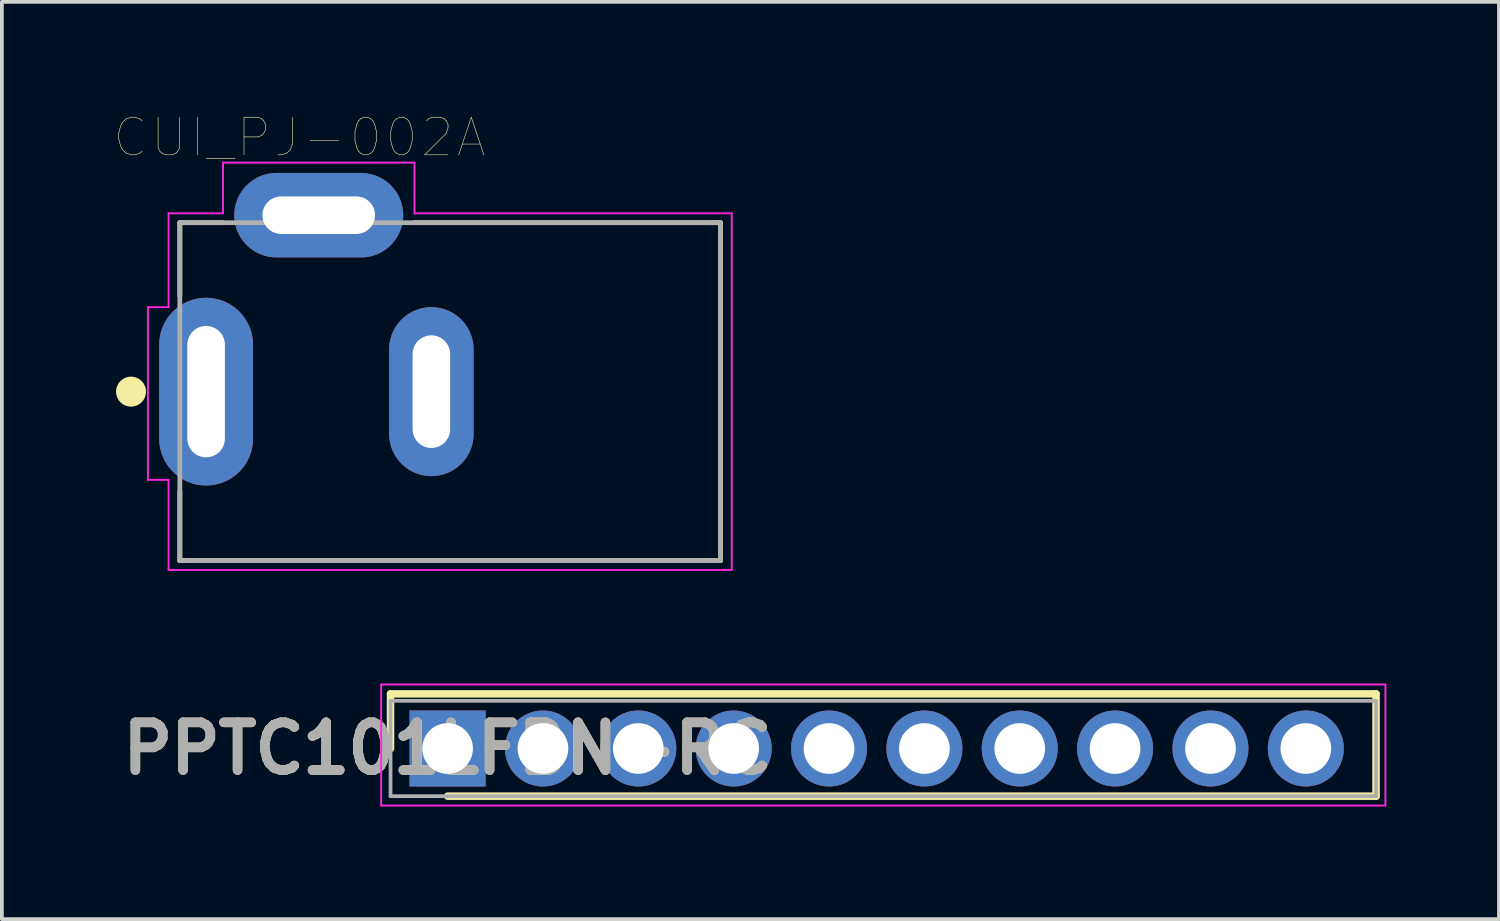
<source format=kicad_pcb>
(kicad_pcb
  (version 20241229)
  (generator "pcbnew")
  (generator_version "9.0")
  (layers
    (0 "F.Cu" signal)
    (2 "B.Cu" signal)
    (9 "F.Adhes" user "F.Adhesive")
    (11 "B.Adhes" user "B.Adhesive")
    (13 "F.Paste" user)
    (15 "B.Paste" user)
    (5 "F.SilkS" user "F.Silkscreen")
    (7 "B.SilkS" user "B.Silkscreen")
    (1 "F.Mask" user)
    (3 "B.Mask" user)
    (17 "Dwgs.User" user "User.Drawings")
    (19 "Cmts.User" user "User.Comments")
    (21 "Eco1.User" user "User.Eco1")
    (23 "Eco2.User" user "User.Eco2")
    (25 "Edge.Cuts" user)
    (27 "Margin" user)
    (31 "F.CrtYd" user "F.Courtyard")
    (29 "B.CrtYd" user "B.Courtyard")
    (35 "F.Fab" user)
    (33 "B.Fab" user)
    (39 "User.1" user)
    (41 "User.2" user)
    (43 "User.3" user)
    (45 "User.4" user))
  (footprint "PPTC101LFBN-RC"
    (layer "F.Cu")
    (at 8.872 16.887)
    (property "Reference" "PPTC101LFBN-RC" (at 0 0 0) (layer "F.SilkS") (effects (font (size 1.27 1.27) (thickness 0.254))))
    (attr through_hole)
    (fp_line (start -1.52 -1.455) (end -1.52 0) (stroke (width 0.2) (type solid)) (layer "F.SilkS"))
    (fp_line (start 0 1.27) (end 24.73 1.27) (stroke (width 0.2) (type solid)) (layer "F.SilkS"))
    (fp_line (start 24.73 -1.455) (end -1.52 -1.455) (stroke (width 0.2) (type solid)) (layer "F.SilkS"))
    (fp_line (start 24.73 1.27) (end 24.73 -1.455) (stroke (width 0.2) (type solid)) (layer "F.SilkS"))
    (fp_line (start -1.77 -1.705) (end 24.98 -1.705) (stroke (width 0.05) (type solid)) (layer "F.CrtYd"))
    (fp_line (start -1.77 1.52) (end -1.77 -1.705) (stroke (width 0.05) (type solid)) (layer "F.CrtYd"))
    (fp_line (start 24.98 -1.705) (end 24.98 1.52) (stroke (width 0.05) (type solid)) (layer "F.CrtYd"))
    (fp_line (start 24.98 1.52) (end -1.77 1.52) (stroke (width 0.05) (type solid)) (layer "F.CrtYd"))
    (fp_line (start -1.52 -1.27) (end 24.73 -1.27) (stroke (width 0.1) (type solid)) (layer "F.Fab"))
    (fp_line (start -1.52 1.27) (end -1.52 -1.27) (stroke (width 0.1) (type solid)) (layer "F.Fab"))
    (fp_line (start 24.73 -1.27) (end 24.73 1.27) (stroke (width 0.1) (type solid)) (layer "F.Fab"))
    (fp_line (start 24.73 1.27) (end -1.52 1.27) (stroke (width 0.1) (type solid)) (layer "F.Fab"))
    (fp_text user "${REFERENCE}" (at 0 0 0) (layer "F.Fab") (effects (font (size 1.27 1.27) (thickness 0.254))))
    (pad "1" thru_hole rect (at 0 0) (size 2.025 2.025) (drill 1.35) (layers "*.Cu" "*.Mask"))
    (pad "2" thru_hole circle (at 2.54 0) (size 2.025 2.025) (drill 1.35) (layers "*.Cu" "*.Mask"))
    (pad "3" thru_hole circle (at 5.08 0) (size 2.025 2.025) (drill 1.35) (layers "*.Cu" "*.Mask"))
    (pad "4" thru_hole circle (at 7.62 0) (size 2.025 2.025) (drill 1.35) (layers "*.Cu" "*.Mask"))
    (pad "5" thru_hole circle (at 10.16 0) (size 2.025 2.025) (drill 1.35) (layers "*.Cu" "*.Mask"))
    (pad "6" thru_hole circle (at 12.7 0) (size 2.025 2.025) (drill 1.35) (layers "*.Cu" "*.Mask"))
    (pad "7" thru_hole circle (at 15.24 0) (size 2.025 2.025) (drill 1.35) (layers "*.Cu" "*.Mask"))
    (pad "8" thru_hole circle (at 17.78 0) (size 2.025 2.025) (drill 1.35) (layers "*.Cu" "*.Mask"))
    (pad "9" thru_hole circle (at 20.32 0) (size 2.025 2.025) (drill 1.35) (layers "*.Cu" "*.Mask"))
    (pad "10" thru_hole circle (at 22.86 0) (size 2.025 2.025) (drill 1.35) (layers "*.Cu" "*.Mask")))
  (footprint "CUI_PJ-002A"
    (layer "F.Cu")
    (at 2.44 7.382)
    (property "Reference" "CUI_PJ-002A" (at 2.487 -6.771 0) (layer "F.SilkS") (effects (font (size 1.001 1.001) (thickness 0.015))))
    (attr through_hole)
    (fp_line (start -0.7 -4.5) (end 0.45 -4.5) (stroke (width 0.127) (type solid)) (layer "F.SilkS"))
    (fp_line (start -0.7 -2.55) (end -0.7 -4.5) (stroke (width 0.127) (type solid)) (layer "F.SilkS"))
    (fp_line (start -0.7 4.5) (end -0.7 2.65) (stroke (width 0.127) (type solid)) (layer "F.SilkS"))
    (fp_line (start 5.55 -4.5) (end 13.7 -4.5) (stroke (width 0.127) (type solid)) (layer "F.SilkS"))
    (fp_line (start 13.7 -4.5) (end 13.7 4.5) (stroke (width 0.127) (type solid)) (layer "F.SilkS"))
    (fp_line (start 13.7 4.5) (end -0.7 4.5) (stroke (width 0.127) (type solid)) (layer "F.SilkS"))
    (fp_circle (center -2 0) (end -1.8 0) (stroke (width 0.4) (type solid)) (fill no) (layer "F.SilkS"))
    (fp_line (start -1.55 -2.25) (end -1.55 2.35) (stroke (width 0.05) (type solid)) (layer "F.CrtYd"))
    (fp_line (start -1.55 2.35) (end -1 2.35) (stroke (width 0.05) (type solid)) (layer "F.CrtYd"))
    (fp_line (start -1 -4.75) (end 0.45 -4.75) (stroke (width 0.05) (type solid)) (layer "F.CrtYd"))
    (fp_line (start -1 -2.25) (end -1.55 -2.25) (stroke (width 0.05) (type solid)) (layer "F.CrtYd"))
    (fp_line (start -1 -2.25) (end -1 -4.75) (stroke (width 0.05) (type solid)) (layer "F.CrtYd"))
    (fp_line (start -1 4.75) (end -1 2.35) (stroke (width 0.05) (type solid)) (layer "F.CrtYd"))
    (fp_line (start 0.45 -6.1) (end 5.55 -6.1) (stroke (width 0.05) (type solid)) (layer "F.CrtYd"))
    (fp_line (start 0.45 -4.75) (end 0.45 -6.1) (stroke (width 0.05) (type solid)) (layer "F.CrtYd"))
    (fp_line (start 5.55 -6.1) (end 5.55 -4.75) (stroke (width 0.05) (type solid)) (layer "F.CrtYd"))
    (fp_line (start 5.55 -4.75) (end 14 -4.75) (stroke (width 0.05) (type solid)) (layer "F.CrtYd"))
    (fp_line (start 14 -4.75) (end 14 4.75) (stroke (width 0.05) (type solid)) (layer "F.CrtYd"))
    (fp_line (start 14 4.75) (end -1 4.75) (stroke (width 0.05) (type solid)) (layer "F.CrtYd"))
    (fp_line (start -0.7 -4.5) (end 13.7 -4.5) (stroke (width 0.127) (type solid)) (layer "F.Fab"))
    (fp_line (start -0.7 4.5) (end -0.7 -4.5) (stroke (width 0.127) (type solid)) (layer "F.Fab"))
    (fp_line (start 13.7 -4.5) (end 13.7 4.5) (stroke (width 0.127) (type solid)) (layer "F.Fab"))
    (fp_line (start 13.7 4.5) (end -0.7 4.5) (stroke (width 0.127) (type solid)) (layer "F.Fab"))
    (pad "1" thru_hole oval (at 0 0) (size 2.5 5) (drill oval 1 3.5) (layers "*.Cu" "*.Mask"))
    (pad "2" thru_hole oval (at 6 0) (size 2.25 4.5) (drill oval 1 3) (layers "*.Cu" "*.Mask"))
    (pad "3" thru_hole oval (at 3 -4.7) (size 4.5 2.25) (drill oval 3 1) (layers "*.Cu" "*.Mask")))
  (gr_rect
    (start -3 -3)
    (end 36.877 21.432)
    (stroke (width 0.1) (type default))
    (fill no)
    (layer "Edge.Cuts")))
</source>
